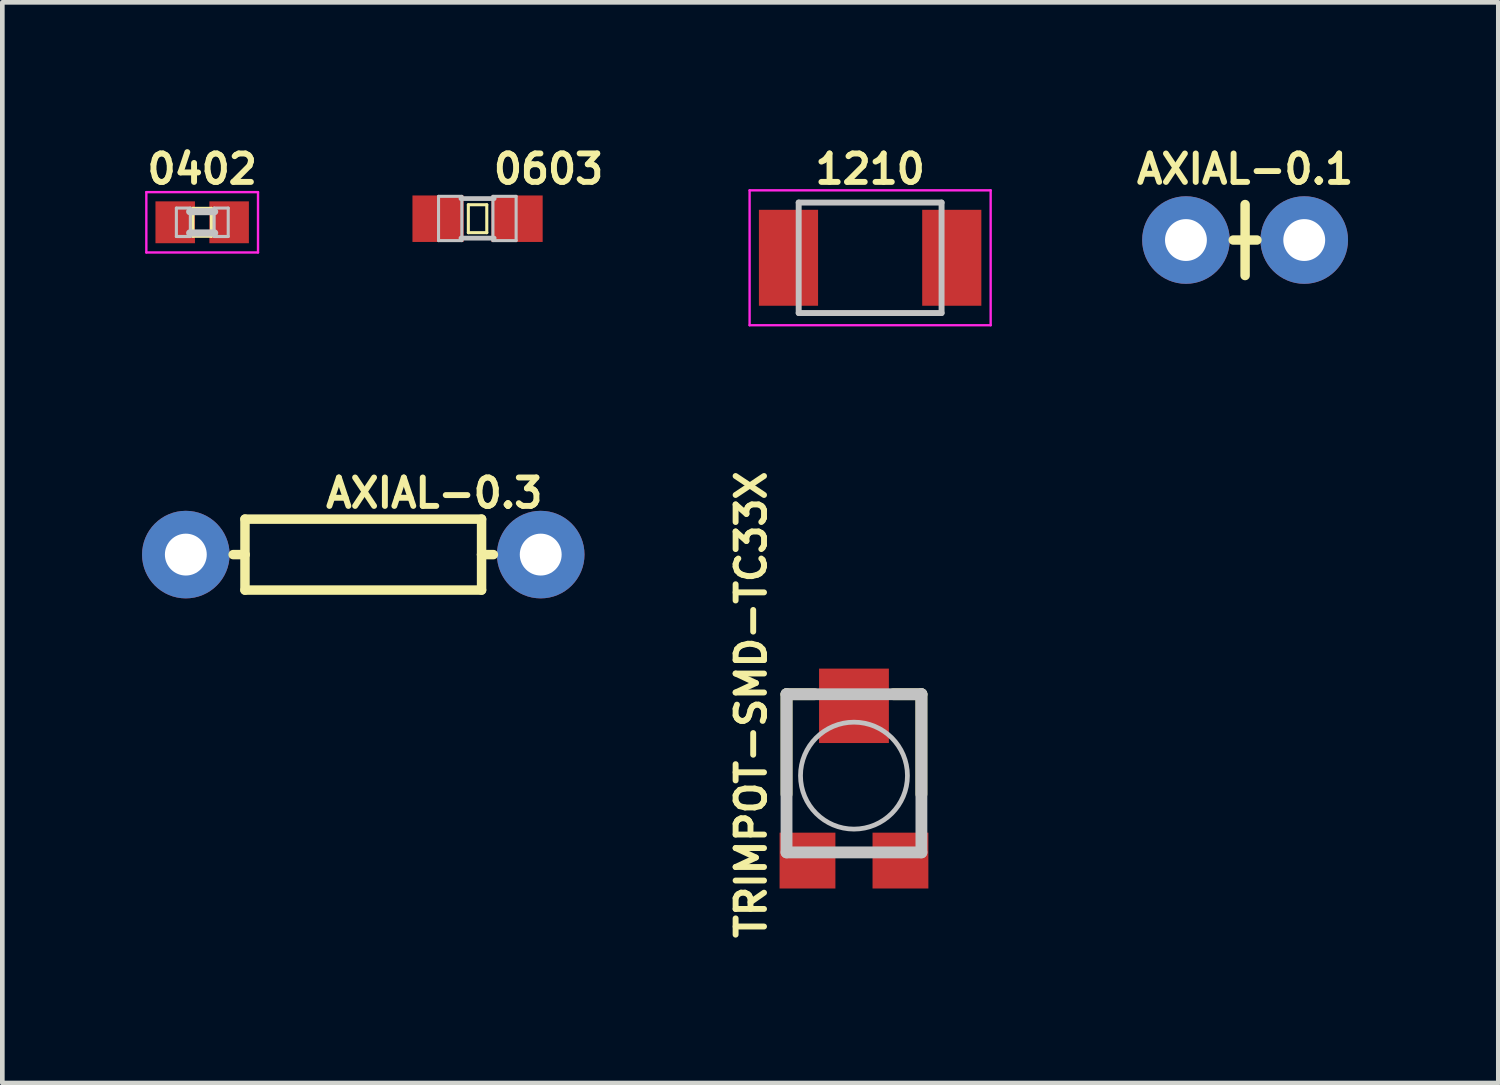
<source format=kicad_pcb>
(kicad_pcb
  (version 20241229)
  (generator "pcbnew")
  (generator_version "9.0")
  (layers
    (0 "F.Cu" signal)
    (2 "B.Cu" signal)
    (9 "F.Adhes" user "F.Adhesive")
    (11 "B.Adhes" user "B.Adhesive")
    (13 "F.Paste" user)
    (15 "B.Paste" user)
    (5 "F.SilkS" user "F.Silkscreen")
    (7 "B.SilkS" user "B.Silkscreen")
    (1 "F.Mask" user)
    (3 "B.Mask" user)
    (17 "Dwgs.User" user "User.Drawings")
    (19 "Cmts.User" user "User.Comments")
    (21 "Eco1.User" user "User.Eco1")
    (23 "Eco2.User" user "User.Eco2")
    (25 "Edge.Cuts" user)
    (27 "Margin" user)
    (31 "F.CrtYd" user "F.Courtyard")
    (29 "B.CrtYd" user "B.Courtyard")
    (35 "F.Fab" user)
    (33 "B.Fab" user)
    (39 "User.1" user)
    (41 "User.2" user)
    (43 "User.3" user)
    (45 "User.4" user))
  (footprint "0603"
    (layer "F.Cu")
    (at 7.204 1.646)
    (property "Reference" "0603" (at 1.524 -1.067 0) (layer "F.SilkS") (effects (font (size 0.61 0.61) (thickness 0.127))))
    (attr smd)
    (fp_line (start -0.198 -0.3) (end 0.198 -0.3) (stroke (width 0.066) (type solid)) (layer "F.SilkS"))
    (fp_line (start -0.198 0.3) (end -0.198 -0.3) (stroke (width 0.066) (type solid)) (layer "F.SilkS"))
    (fp_line (start -0.198 0.3) (end 0.198 0.3) (stroke (width 0.066) (type solid)) (layer "F.SilkS"))
    (fp_line (start 0.198 0.3) (end 0.198 -0.3) (stroke (width 0.066) (type solid)) (layer "F.SilkS"))
    (fp_line (start -0.838 -0.48) (end -0.338 -0.48) (stroke (width 0.066) (type solid)) (layer "Dwgs.User"))
    (fp_line (start -0.838 0.47) (end -0.838 -0.48) (stroke (width 0.066) (type solid)) (layer "Dwgs.User"))
    (fp_line (start -0.838 0.47) (end -0.338 0.47) (stroke (width 0.066) (type solid)) (layer "Dwgs.User"))
    (fp_line (start -0.356 -0.432) (end 0.356 -0.432) (stroke (width 0.102) (type solid)) (layer "Dwgs.User"))
    (fp_line (start -0.356 0.417) (end 0.356 0.417) (stroke (width 0.102) (type solid)) (layer "Dwgs.User"))
    (fp_line (start -0.338 0.47) (end -0.338 -0.48) (stroke (width 0.066) (type solid)) (layer "Dwgs.User"))
    (fp_line (start 0.33 -0.48) (end 0.828 -0.48) (stroke (width 0.066) (type solid)) (layer "Dwgs.User"))
    (fp_line (start 0.33 0.47) (end 0.33 -0.48) (stroke (width 0.066) (type solid)) (layer "Dwgs.User"))
    (fp_line (start 0.33 0.47) (end 0.828 0.47) (stroke (width 0.066) (type solid)) (layer "Dwgs.User"))
    (fp_line (start 0.828 0.47) (end 0.828 -0.48) (stroke (width 0.066) (type solid)) (layer "Dwgs.User"))
    (fp_line (start -1.598 -0.699) (end 1.598 -0.699) (stroke (width 0.051) (type solid)) (layer "Eco2.User"))
    (fp_line (start -1.598 0.699) (end -1.598 -0.699) (stroke (width 0.051) (type solid)) (layer "Eco2.User"))
    (fp_line (start 1.598 -0.699) (end 1.598 0.699) (stroke (width 0.051) (type solid)) (layer "Eco2.User"))
    (fp_line (start 1.598 0.699) (end -1.598 0.699) (stroke (width 0.051) (type solid)) (layer "Eco2.User"))
    (pad "1" smd rect (at -0.848 0) (size 1.1 0.998) (layers "F.Cu" "F.Mask" "F.Paste"))
    (pad "2" smd rect (at 0.848 0) (size 1.1 0.998) (layers "F.Cu" "F.Mask" "F.Paste")))
  (footprint "AXIAL-0.3"
    (layer "F.Cu")
    (at 4.75 8.858)
    (property "Reference" "AXIAL-0.3" (at 1.524 -1.321 0) (layer "F.SilkS") (effects (font (size 0.61 0.61) (thickness 0.127))))
    (attr exclude_from_pos_files exclude_from_bom)
    (fp_line (start -2.54 -0.762) (end 2.54 -0.762) (stroke (width 0.203) (type solid)) (layer "F.SilkS"))
    (fp_line (start -2.54 0) (end -2.794 0) (stroke (width 0.203) (type solid)) (layer "F.SilkS"))
    (fp_line (start -2.54 0) (end -2.54 -0.762) (stroke (width 0.203) (type solid)) (layer "F.SilkS"))
    (fp_line (start -2.54 0.762) (end -2.54 0) (stroke (width 0.203) (type solid)) (layer "F.SilkS"))
    (fp_line (start 2.54 -0.762) (end 2.54 0) (stroke (width 0.203) (type solid)) (layer "F.SilkS"))
    (fp_line (start 2.54 0) (end 2.54 0.762) (stroke (width 0.203) (type solid)) (layer "F.SilkS"))
    (fp_line (start 2.54 0) (end 2.794 0) (stroke (width 0.203) (type solid)) (layer "F.SilkS"))
    (fp_line (start 2.54 0.762) (end -2.54 0.762) (stroke (width 0.203) (type solid)) (layer "F.SilkS"))
    (pad "P$1" thru_hole circle (at -3.81 0) (size 1.88 1.88) (drill 0.899) (layers "*.Cu" "*.Paste" "*.Mask"))
    (pad "P$2" thru_hole circle (at 3.81 0) (size 1.88 1.88) (drill 0.899) (layers "*.Cu" "*.Paste" "*.Mask")))
  (footprint "1210"
    (layer "F.Cu")
    (at 15.633 2.485)
    (property "Reference" "1210" (at 0 -1.905 0) (layer "F.SilkS") (effects (font (size 0.61 0.61) (thickness 0.127))))
    (attr smd)
    (fp_line (start -1.534 -1.186) (end 1.534 -1.186) (stroke (width 0.127) (type solid)) (layer "Dwgs.User"))
    (fp_line (start -1.534 1.186) (end -1.534 -1.186) (stroke (width 0.127) (type solid)) (layer "Dwgs.User"))
    (fp_line (start 1.534 -1.186) (end 1.534 1.186) (stroke (width 0.127) (type solid)) (layer "Dwgs.User"))
    (fp_line (start 1.534 1.186) (end -1.534 1.186) (stroke (width 0.127) (type solid)) (layer "Dwgs.User"))
    (fp_line (start -2.588 -1.448) (end 2.588 -1.448) (stroke (width 0.051) (type solid)) (layer "F.CrtYd"))
    (fp_line (start -2.588 1.448) (end -2.588 -1.448) (stroke (width 0.051) (type solid)) (layer "F.CrtYd"))
    (fp_line (start 2.588 -1.448) (end 2.588 1.448) (stroke (width 0.051) (type solid)) (layer "F.CrtYd"))
    (fp_line (start 2.588 1.448) (end -2.588 1.448) (stroke (width 0.051) (type solid)) (layer "F.CrtYd"))
    (pad "1" smd rect (at -1.753 0) (size 1.27 2.06) (layers "F.Cu" "F.Mask" "F.Paste"))
    (pad "2" smd rect (at 1.753 0) (size 1.27 2.06) (layers "F.Cu" "F.Mask" "F.Paste")))
  (footprint "0402"
    (layer "F.Cu")
    (at 1.291 1.723)
    (property "Reference" "0402" (at 0 -1.143 0) (layer "F.SilkS") (effects (font (size 0.61 0.61) (thickness 0.127))))
    (attr smd)
    (fp_line (start -0.198 -0.3) (end 0.198 -0.3) (stroke (width 0.066) (type solid)) (layer "F.SilkS"))
    (fp_line (start -0.198 0.3) (end -0.198 -0.3) (stroke (width 0.066) (type solid)) (layer "F.SilkS"))
    (fp_line (start -0.198 0.3) (end 0.198 0.3) (stroke (width 0.066) (type solid)) (layer "F.SilkS"))
    (fp_line (start 0.198 0.3) (end 0.198 -0.3) (stroke (width 0.066) (type solid)) (layer "F.SilkS"))
    (fp_line (start -0.554 -0.305) (end -0.254 -0.305) (stroke (width 0.066) (type solid)) (layer "Dwgs.User"))
    (fp_line (start -0.554 0.305) (end -0.554 -0.305) (stroke (width 0.066) (type solid)) (layer "Dwgs.User"))
    (fp_line (start -0.554 0.305) (end -0.254 0.305) (stroke (width 0.066) (type solid)) (layer "Dwgs.User"))
    (fp_line (start -0.269 -0.229) (end 0.269 -0.229) (stroke (width 0.152) (type solid)) (layer "Dwgs.User"))
    (fp_line (start -0.254 0.305) (end -0.254 -0.305) (stroke (width 0.066) (type solid)) (layer "Dwgs.User"))
    (fp_line (start 0.257 -0.305) (end 0.559 -0.305) (stroke (width 0.066) (type solid)) (layer "Dwgs.User"))
    (fp_line (start 0.257 0.305) (end 0.257 -0.305) (stroke (width 0.066) (type solid)) (layer "Dwgs.User"))
    (fp_line (start 0.257 0.305) (end 0.559 0.305) (stroke (width 0.066) (type solid)) (layer "Dwgs.User"))
    (fp_line (start 0.269 0.229) (end -0.269 0.229) (stroke (width 0.152) (type solid)) (layer "Dwgs.User"))
    (fp_line (start 0.559 0.305) (end 0.559 -0.305) (stroke (width 0.066) (type solid)) (layer "Dwgs.User"))
    (fp_line (start -1.199 -0.648) (end 1.199 -0.648) (stroke (width 0.051) (type solid)) (layer "F.CrtYd"))
    (fp_line (start -1.199 0.648) (end -1.199 -0.648) (stroke (width 0.051) (type solid)) (layer "F.CrtYd"))
    (fp_line (start 1.199 -0.648) (end 1.199 0.648) (stroke (width 0.051) (type solid)) (layer "F.CrtYd"))
    (fp_line (start 1.199 0.648) (end -1.199 0.648) (stroke (width 0.051) (type solid)) (layer "F.CrtYd"))
    (pad "1" smd rect (at -0.579 0) (size 0.848 0.899) (layers "F.Cu" "F.Mask" "F.Paste"))
    (pad "2" smd rect (at 0.579 0) (size 0.848 0.899) (layers "F.Cu" "F.Mask" "F.Paste")))
  (footprint "AXIAL-0.1"
    (layer "F.Cu")
    (at 23.684 2.104)
    (property "Reference" "AXIAL-0.1" (at 0 -1.524 0) (layer "F.SilkS") (effects (font (size 0.61 0.61) (thickness 0.127))))
    (attr exclude_from_pos_files exclude_from_bom)
    (fp_line (start 0 0) (end -0.254 0) (stroke (width 0.203) (type solid)) (layer "F.SilkS"))
    (fp_line (start 0 0) (end 0 -0.762) (stroke (width 0.203) (type solid)) (layer "F.SilkS"))
    (fp_line (start 0 0.762) (end 0 0) (stroke (width 0.203) (type solid)) (layer "F.SilkS"))
    (fp_line (start 0.254 0) (end 0 0) (stroke (width 0.203) (type solid)) (layer "F.SilkS"))
    (pad "P$1" thru_hole circle (at -1.27 0) (size 1.88 1.88) (drill 0.899) (layers "*.Cu" "*.Paste" "*.Mask"))
    (pad "P$2" thru_hole circle (at 1.27 0) (size 1.88 1.88) (drill 0.899) (layers "*.Cu" "*.Paste" "*.Mask")))
  (footprint "TRIMPOT-SMD-TC33X"
    (layer "F.Cu")
    (at 15.286 13.604)
    (property "Reference" "TRIMPOT-SMD-TC33X" (at -2.207 -1.524 90) (layer "F.SilkS") (effects (font (size 0.61 0.61) (thickness 0.127))))
    (attr smd)
    (fp_line (start -1.448 -1.748) (end -0.848 -1.748) (stroke (width 0.254) (type solid)) (layer "F.SilkS"))
    (fp_line (start -1.448 0.399) (end -1.448 -1.748) (stroke (width 0.254) (type solid)) (layer "F.SilkS"))
    (fp_line (start 1.448 -1.748) (end 0.848 -1.748) (stroke (width 0.254) (type solid)) (layer "F.SilkS"))
    (fp_line (start 1.448 0.399) (end 1.448 -1.748) (stroke (width 0.254) (type solid)) (layer "F.SilkS"))
    (fp_line (start -1.448 -1.748) (end -1.448 1.648) (stroke (width 0.254) (type solid)) (layer "Dwgs.User"))
    (fp_line (start -1.448 1.648) (end 1.448 1.648) (stroke (width 0.254) (type solid)) (layer "Dwgs.User"))
    (fp_line (start 1.448 -1.748) (end -1.448 -1.748) (stroke (width 0.254) (type solid)) (layer "Dwgs.User"))
    (fp_line (start 1.448 1.648) (end 1.448 -1.748) (stroke (width 0.254) (type solid)) (layer "Dwgs.User"))
    (fp_circle (center 0 0) (end 0 -1.148) (stroke (width 0.102) (type solid)) (fill no) (layer "Dwgs.User"))
    (fp_line (start -1.801 -2.502) (end 1.801 -2.502) (stroke (width 0.051) (type solid)) (layer "Eco2.User"))
    (fp_line (start -1.801 2.629) (end -1.801 -2.502) (stroke (width 0.051) (type solid)) (layer "Eco2.User"))
    (fp_line (start 1.801 -2.502) (end 1.801 2.629) (stroke (width 0.051) (type solid)) (layer "Eco2.User"))
    (fp_line (start 1.801 2.629) (end -1.801 2.629) (stroke (width 0.051) (type solid)) (layer "Eco2.User"))
    (pad "1" smd rect (at -0.998 1.824) (size 1.199 1.199) (layers "F.Cu" "F.Mask" "F.Paste"))
    (pad "2" smd rect (at 0 -1.499) (size 1.499 1.598) (layers "F.Cu" "F.Mask" "F.Paste"))
    (pad "3" smd rect (at 0.998 1.824) (size 1.199 1.199) (layers "F.Cu" "F.Mask" "F.Paste")))
  (gr_rect
    (start -3 -3)
    (end 29.121 20.203)
    (stroke (width 0.1) (type default))
    (fill no)
    (layer "Edge.Cuts")))
</source>
